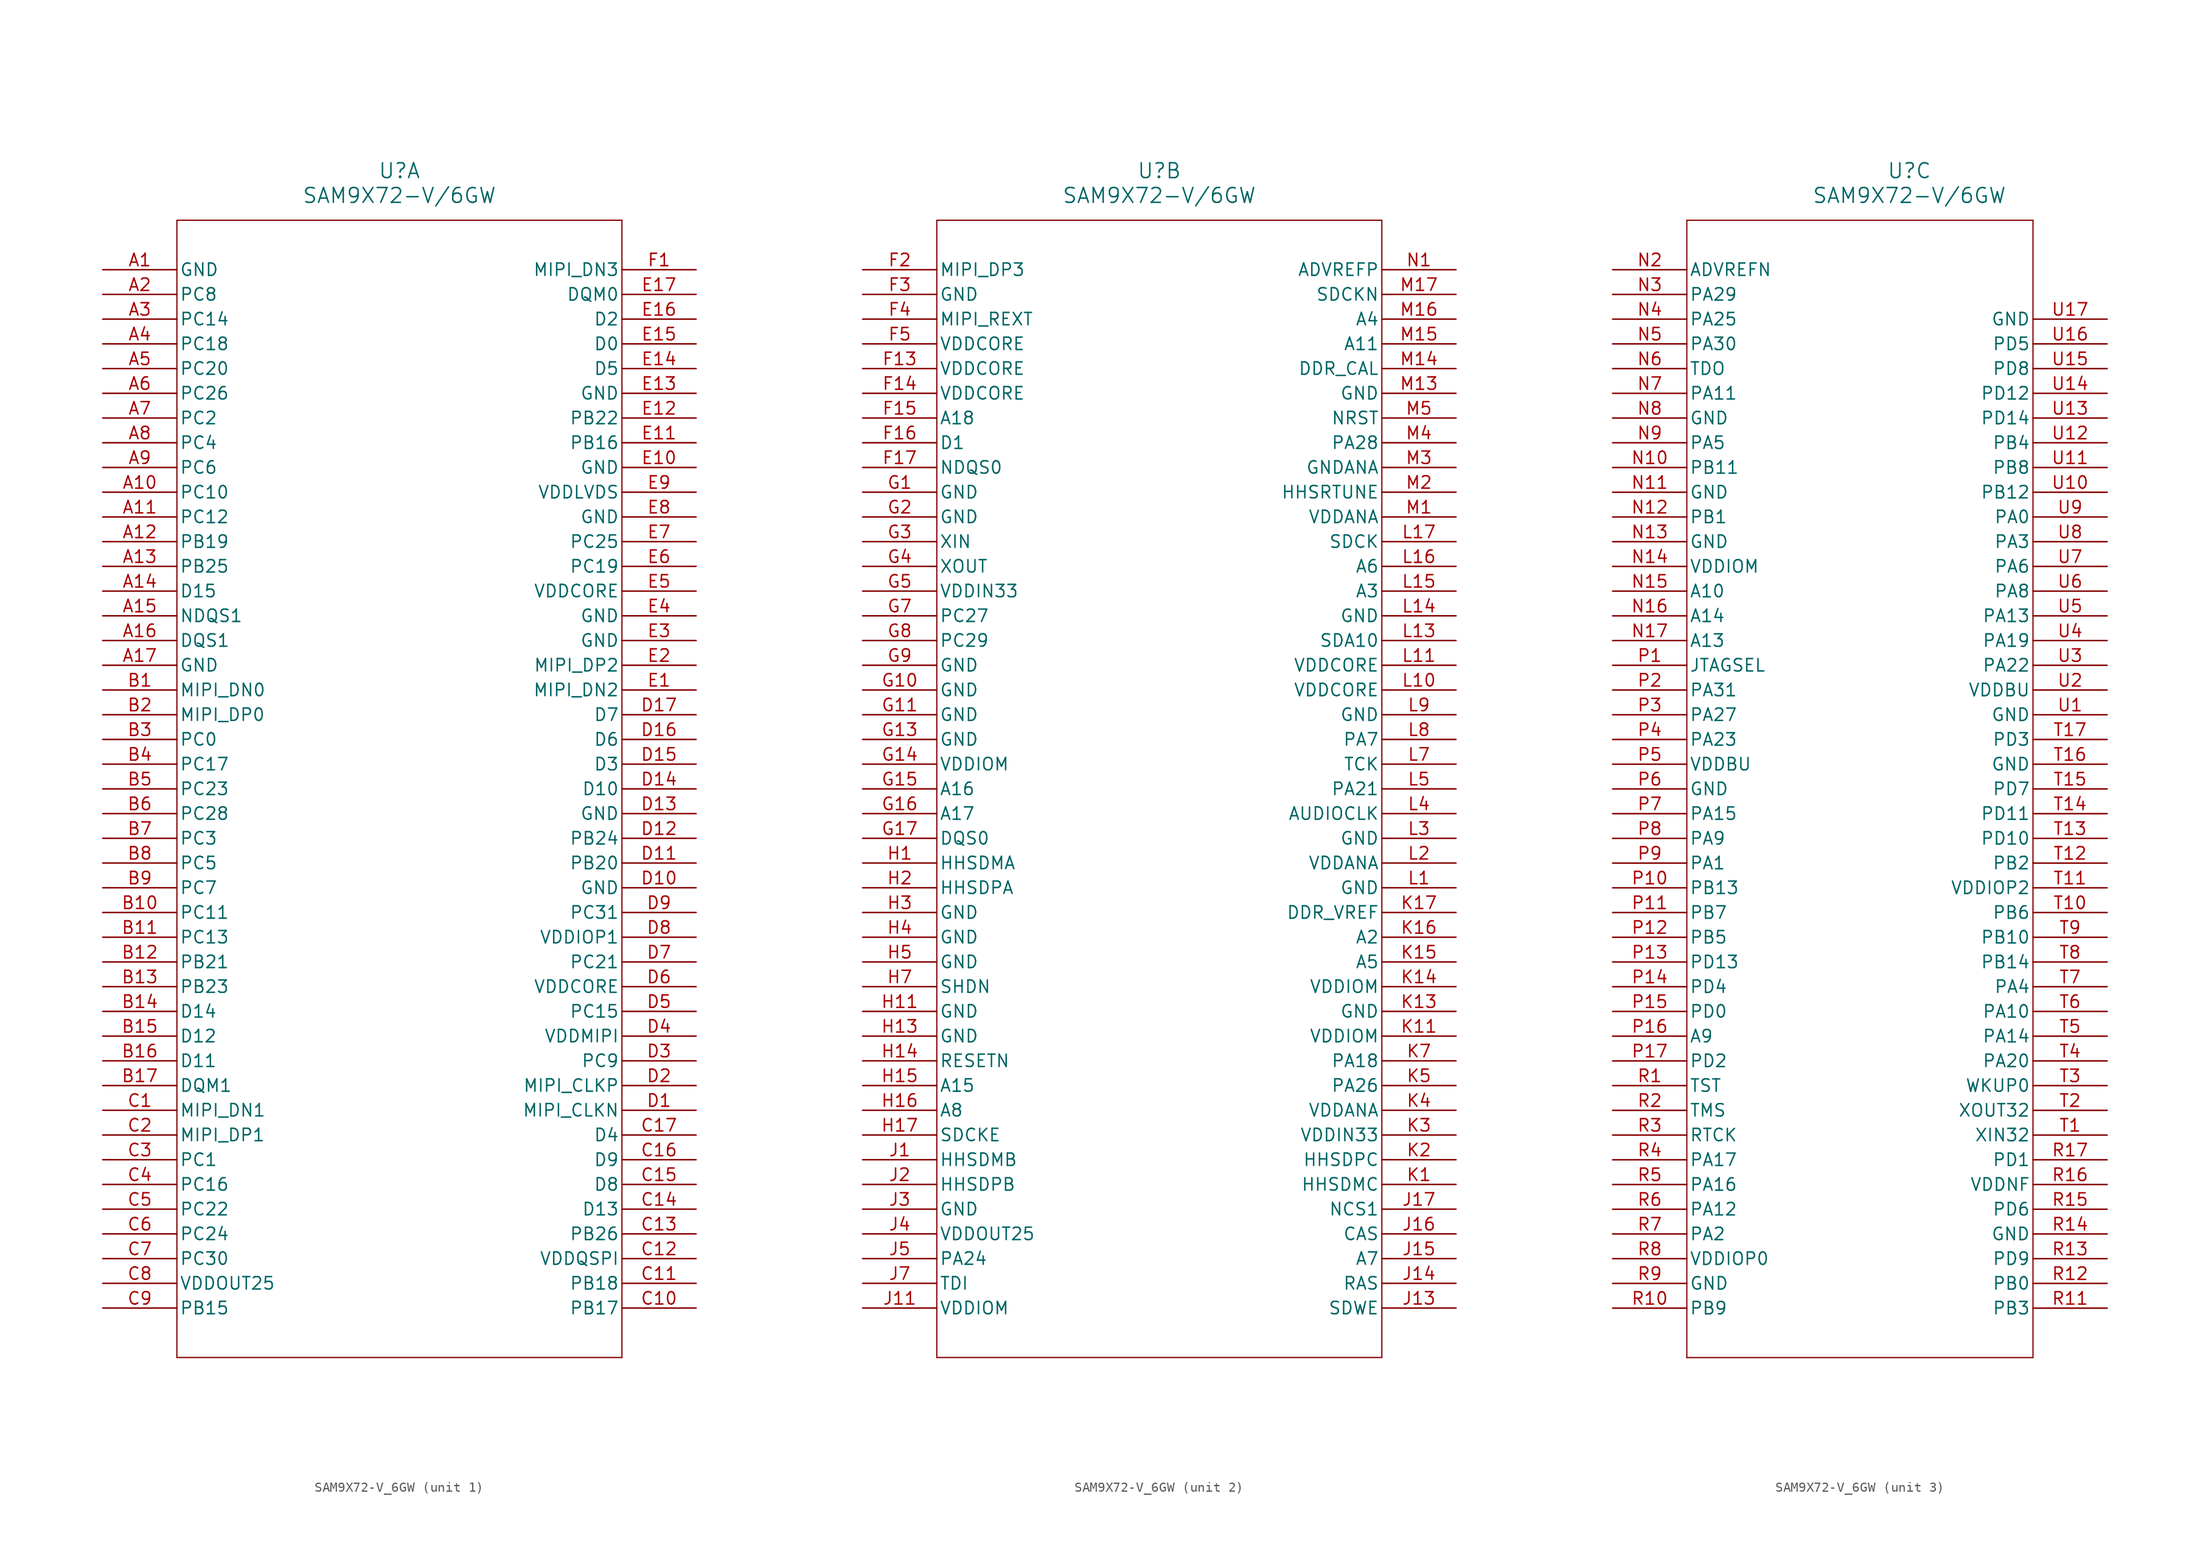
<source format=kicad_sym>
(kicad_symbol_lib
  (version 20211014)
  (generator kicad_symbol_editor)
  (symbol "SAM9X72-V_6GW"
    (pin_names
      (offset 0.254))
    (property "Reference" "U"
      (at 30.48 10.16 0)
      (effects (font (size 1.524 1.524))))
    (property "Value" "SAM9X72-V/6GW"
      (at 30.48 7.62 0)
      (effects (font (size 1.524 1.524))))
    (symbol "SAM9X72-V_6GW_1_1"
      (polyline (pts (xy 7.62 5.08) (xy 7.62 -111.76)) (stroke (width 0.127) (type default) (color 0 0 0 0)) (fill (type none)))
      (polyline (pts (xy 7.62 -111.76) (xy 53.34 -111.76)) (stroke (width 0.127) (type default) (color 0 0 0 0)) (fill (type none)))
      (polyline (pts (xy 53.34 -111.76) (xy 53.34 5.08)) (stroke (width 0.127) (type default) (color 0 0 0 0)) (fill (type none)))
      (polyline (pts (xy 53.34 5.08) (xy 7.62 5.08)) (stroke (width 0.127) (type default) (color 0 0 0 0)) (fill (type none)))
      (pin power_out line (at 0 0 0) (length 7.62) (name "GND" (effects (font (size 1.27 1.27)))) (number "A1" (effects (font (size 1.27 1.27)))))
      (pin bidirectional line (at 0 -2.54 0) (length 7.62) (name "PC8" (effects (font (size 1.27 1.27)))) (number "A2" (effects (font (size 1.27 1.27)))))
      (pin bidirectional line (at 0 -5.08 0) (length 7.62) (name "PC14" (effects (font (size 1.27 1.27)))) (number "A3" (effects (font (size 1.27 1.27)))))
      (pin bidirectional line (at 0 -7.62 0) (length 7.62) (name "PC18" (effects (font (size 1.27 1.27)))) (number "A4" (effects (font (size 1.27 1.27)))))
      (pin bidirectional line (at 0 -10.16 0) (length 7.62) (name "PC20" (effects (font (size 1.27 1.27)))) (number "A5" (effects (font (size 1.27 1.27)))))
      (pin bidirectional line (at 0 -12.7 0) (length 7.62) (name "PC26" (effects (font (size 1.27 1.27)))) (number "A6" (effects (font (size 1.27 1.27)))))
      (pin bidirectional line (at 0 -15.24 0) (length 7.62) (name "PC2" (effects (font (size 1.27 1.27)))) (number "A7" (effects (font (size 1.27 1.27)))))
      (pin bidirectional line (at 0 -17.78 0) (length 7.62) (name "PC4" (effects (font (size 1.27 1.27)))) (number "A8" (effects (font (size 1.27 1.27)))))
      (pin bidirectional line (at 0 -20.32 0) (length 7.62) (name "PC6" (effects (font (size 1.27 1.27)))) (number "A9" (effects (font (size 1.27 1.27)))))
      (pin bidirectional line (at 0 -22.86 0) (length 7.62) (name "PC10" (effects (font (size 1.27 1.27)))) (number "A10" (effects (font (size 1.27 1.27)))))
      (pin bidirectional line (at 0 -25.4 0) (length 7.62) (name "PC12" (effects (font (size 1.27 1.27)))) (number "A11" (effects (font (size 1.27 1.27)))))
      (pin bidirectional line (at 0 -27.94 0) (length 7.62) (name "PB19" (effects (font (size 1.27 1.27)))) (number "A12" (effects (font (size 1.27 1.27)))))
      (pin bidirectional line (at 0 -30.48 0) (length 7.62) (name "PB25" (effects (font (size 1.27 1.27)))) (number "A13" (effects (font (size 1.27 1.27)))))
      (pin bidirectional line (at 0 -33.02 0) (length 7.62) (name "D15" (effects (font (size 1.27 1.27)))) (number "A14" (effects (font (size 1.27 1.27)))))
      (pin bidirectional line (at 0 -35.56 0) (length 7.62) (name "NDQS1" (effects (font (size 1.27 1.27)))) (number "A15" (effects (font (size 1.27 1.27)))))
      (pin bidirectional line (at 0 -38.1 0) (length 7.62) (name "DQS1" (effects (font (size 1.27 1.27)))) (number "A16" (effects (font (size 1.27 1.27)))))
      (pin power_out line (at 0 -40.64 0) (length 7.62) (name "GND" (effects (font (size 1.27 1.27)))) (number "A17" (effects (font (size 1.27 1.27)))))
      (pin bidirectional line (at 0 -43.18 0) (length 7.62) (name "MIPI_DN0" (effects (font (size 1.27 1.27)))) (number "B1" (effects (font (size 1.27 1.27)))))
      (pin bidirectional line (at 0 -45.72 0) (length 7.62) (name "MIPI_DP0" (effects (font (size 1.27 1.27)))) (number "B2" (effects (font (size 1.27 1.27)))))
      (pin bidirectional line (at 0 -48.26 0) (length 7.62) (name "PC0" (effects (font (size 1.27 1.27)))) (number "B3" (effects (font (size 1.27 1.27)))))
      (pin bidirectional line (at 0 -50.8 0) (length 7.62) (name "PC17" (effects (font (size 1.27 1.27)))) (number "B4" (effects (font (size 1.27 1.27)))))
      (pin bidirectional line (at 0 -53.34 0) (length 7.62) (name "PC23" (effects (font (size 1.27 1.27)))) (number "B5" (effects (font (size 1.27 1.27)))))
      (pin bidirectional line (at 0 -55.88 0) (length 7.62) (name "PC28" (effects (font (size 1.27 1.27)))) (number "B6" (effects (font (size 1.27 1.27)))))
      (pin bidirectional line (at 0 -58.42 0) (length 7.62) (name "PC3" (effects (font (size 1.27 1.27)))) (number "B7" (effects (font (size 1.27 1.27)))))
      (pin bidirectional line (at 0 -60.96 0) (length 7.62) (name "PC5" (effects (font (size 1.27 1.27)))) (number "B8" (effects (font (size 1.27 1.27)))))
      (pin bidirectional line (at 0 -63.5 0) (length 7.62) (name "PC7" (effects (font (size 1.27 1.27)))) (number "B9" (effects (font (size 1.27 1.27)))))
      (pin bidirectional line (at 0 -66.04 0) (length 7.62) (name "PC11" (effects (font (size 1.27 1.27)))) (number "B10" (effects (font (size 1.27 1.27)))))
      (pin bidirectional line (at 0 -68.58 0) (length 7.62) (name "PC13" (effects (font (size 1.27 1.27)))) (number "B11" (effects (font (size 1.27 1.27)))))
      (pin bidirectional line (at 0 -71.12 0) (length 7.62) (name "PB21" (effects (font (size 1.27 1.27)))) (number "B12" (effects (font (size 1.27 1.27)))))
      (pin bidirectional line (at 0 -73.66 0) (length 7.62) (name "PB23" (effects (font (size 1.27 1.27)))) (number "B13" (effects (font (size 1.27 1.27)))))
      (pin bidirectional line (at 0 -76.2 0) (length 7.62) (name "D14" (effects (font (size 1.27 1.27)))) (number "B14" (effects (font (size 1.27 1.27)))))
      (pin bidirectional line (at 0 -78.74 0) (length 7.62) (name "D12" (effects (font (size 1.27 1.27)))) (number "B15" (effects (font (size 1.27 1.27)))))
      (pin bidirectional line (at 0 -81.28 0) (length 7.62) (name "D11" (effects (font (size 1.27 1.27)))) (number "B16" (effects (font (size 1.27 1.27)))))
      (pin output line (at 0 -83.82 0) (length 7.62) (name "DQM1" (effects (font (size 1.27 1.27)))) (number "B17" (effects (font (size 1.27 1.27)))))
      (pin bidirectional line (at 0 -86.36 0) (length 7.62) (name "MIPI_DN1" (effects (font (size 1.27 1.27)))) (number "C1" (effects (font (size 1.27 1.27)))))
      (pin bidirectional line (at 0 -88.9 0) (length 7.62) (name "MIPI_DP1" (effects (font (size 1.27 1.27)))) (number "C2" (effects (font (size 1.27 1.27)))))
      (pin bidirectional line (at 0 -91.44 0) (length 7.62) (name "PC1" (effects (font (size 1.27 1.27)))) (number "C3" (effects (font (size 1.27 1.27)))))
      (pin bidirectional line (at 0 -93.98 0) (length 7.62) (name "PC16" (effects (font (size 1.27 1.27)))) (number "C4" (effects (font (size 1.27 1.27)))))
      (pin bidirectional line (at 0 -96.52 0) (length 7.62) (name "PC22" (effects (font (size 1.27 1.27)))) (number "C5" (effects (font (size 1.27 1.27)))))
      (pin bidirectional line (at 0 -99.06 0) (length 7.62) (name "PC24" (effects (font (size 1.27 1.27)))) (number "C6" (effects (font (size 1.27 1.27)))))
      (pin bidirectional line (at 0 -101.6 0) (length 7.62) (name "PC30" (effects (font (size 1.27 1.27)))) (number "C7" (effects (font (size 1.27 1.27)))))
      (pin power_in line (at 0 -104.14 0) (length 7.62) (name "VDDOUT25" (effects (font (size 1.27 1.27)))) (number "C8" (effects (font (size 1.27 1.27)))))
      (pin bidirectional line (at 0 -106.68 0) (length 7.62) (name "PB15" (effects (font (size 1.27 1.27)))) (number "C9" (effects (font (size 1.27 1.27)))))
      (pin bidirectional line (at 60.96 -106.68 180) (length 7.62) (name "PB17" (effects (font (size 1.27 1.27)))) (number "C10" (effects (font (size 1.27 1.27)))))
      (pin bidirectional line (at 60.96 -104.14 180) (length 7.62) (name "PB18" (effects (font (size 1.27 1.27)))) (number "C11" (effects (font (size 1.27 1.27)))))
      (pin power_in line (at 60.96 -101.6 180) (length 7.62) (name "VDDQSPI" (effects (font (size 1.27 1.27)))) (number "C12" (effects (font (size 1.27 1.27)))))
      (pin bidirectional line (at 60.96 -99.06 180) (length 7.62) (name "PB26" (effects (font (size 1.27 1.27)))) (number "C13" (effects (font (size 1.27 1.27)))))
      (pin bidirectional line (at 60.96 -96.52 180) (length 7.62) (name "D13" (effects (font (size 1.27 1.27)))) (number "C14" (effects (font (size 1.27 1.27)))))
      (pin bidirectional line (at 60.96 -93.98 180) (length 7.62) (name "D8" (effects (font (size 1.27 1.27)))) (number "C15" (effects (font (size 1.27 1.27)))))
      (pin bidirectional line (at 60.96 -91.44 180) (length 7.62) (name "D9" (effects (font (size 1.27 1.27)))) (number "C16" (effects (font (size 1.27 1.27)))))
      (pin bidirectional line (at 60.96 -88.9 180) (length 7.62) (name "D4" (effects (font (size 1.27 1.27)))) (number "C17" (effects (font (size 1.27 1.27)))))
      (pin output line (at 60.96 -86.36 180) (length 7.62) (name "MIPI_CLKN" (effects (font (size 1.27 1.27)))) (number "D1" (effects (font (size 1.27 1.27)))))
      (pin output line (at 60.96 -83.82 180) (length 7.62) (name "MIPI_CLKP" (effects (font (size 1.27 1.27)))) (number "D2" (effects (font (size 1.27 1.27)))))
      (pin bidirectional line (at 60.96 -81.28 180) (length 7.62) (name "PC9" (effects (font (size 1.27 1.27)))) (number "D3" (effects (font (size 1.27 1.27)))))
      (pin power_in line (at 60.96 -78.74 180) (length 7.62) (name "VDDMIPI" (effects (font (size 1.27 1.27)))) (number "D4" (effects (font (size 1.27 1.27)))))
      (pin bidirectional line (at 60.96 -76.2 180) (length 7.62) (name "PC15" (effects (font (size 1.27 1.27)))) (number "D5" (effects (font (size 1.27 1.27)))))
      (pin power_in line (at 60.96 -73.66 180) (length 7.62) (name "VDDCORE" (effects (font (size 1.27 1.27)))) (number "D6" (effects (font (size 1.27 1.27)))))
      (pin bidirectional line (at 60.96 -71.12 180) (length 7.62) (name "PC21" (effects (font (size 1.27 1.27)))) (number "D7" (effects (font (size 1.27 1.27)))))
      (pin power_in line (at 60.96 -68.58 180) (length 7.62) (name "VDDIOP1" (effects (font (size 1.27 1.27)))) (number "D8" (effects (font (size 1.27 1.27)))))
      (pin bidirectional line (at 60.96 -66.04 180) (length 7.62) (name "PC31" (effects (font (size 1.27 1.27)))) (number "D9" (effects (font (size 1.27 1.27)))))
      (pin power_out line (at 60.96 -63.5 180) (length 7.62) (name "GND" (effects (font (size 1.27 1.27)))) (number "D10" (effects (font (size 1.27 1.27)))))
      (pin bidirectional line (at 60.96 -60.96 180) (length 7.62) (name "PB20" (effects (font (size 1.27 1.27)))) (number "D11" (effects (font (size 1.27 1.27)))))
      (pin bidirectional line (at 60.96 -58.42 180) (length 7.62) (name "PB24" (effects (font (size 1.27 1.27)))) (number "D12" (effects (font (size 1.27 1.27)))))
      (pin power_out line (at 60.96 -55.88 180) (length 7.62) (name "GND" (effects (font (size 1.27 1.27)))) (number "D13" (effects (font (size 1.27 1.27)))))
      (pin bidirectional line (at 60.96 -53.34 180) (length 7.62) (name "D10" (effects (font (size 1.27 1.27)))) (number "D14" (effects (font (size 1.27 1.27)))))
      (pin bidirectional line (at 60.96 -50.8 180) (length 7.62) (name "D3" (effects (font (size 1.27 1.27)))) (number "D15" (effects (font (size 1.27 1.27)))))
      (pin bidirectional line (at 60.96 -48.26 180) (length 7.62) (name "D6" (effects (font (size 1.27 1.27)))) (number "D16" (effects (font (size 1.27 1.27)))))
      (pin bidirectional line (at 60.96 -45.72 180) (length 7.62) (name "D7" (effects (font (size 1.27 1.27)))) (number "D17" (effects (font (size 1.27 1.27)))))
      (pin bidirectional line (at 60.96 -43.18 180) (length 7.62) (name "MIPI_DN2" (effects (font (size 1.27 1.27)))) (number "E1" (effects (font (size 1.27 1.27)))))
      (pin bidirectional line (at 60.96 -40.64 180) (length 7.62) (name "MIPI_DP2" (effects (font (size 1.27 1.27)))) (number "E2" (effects (font (size 1.27 1.27)))))
      (pin power_out line (at 60.96 -38.1 180) (length 7.62) (name "GND" (effects (font (size 1.27 1.27)))) (number "E3" (effects (font (size 1.27 1.27)))))
      (pin power_out line (at 60.96 -35.56 180) (length 7.62) (name "GND" (effects (font (size 1.27 1.27)))) (number "E4" (effects (font (size 1.27 1.27)))))
      (pin power_in line (at 60.96 -33.02 180) (length 7.62) (name "VDDCORE" (effects (font (size 1.27 1.27)))) (number "E5" (effects (font (size 1.27 1.27)))))
      (pin bidirectional line (at 60.96 -30.48 180) (length 7.62) (name "PC19" (effects (font (size 1.27 1.27)))) (number "E6" (effects (font (size 1.27 1.27)))))
      (pin bidirectional line (at 60.96 -27.94 180) (length 7.62) (name "PC25" (effects (font (size 1.27 1.27)))) (number "E7" (effects (font (size 1.27 1.27)))))
      (pin power_out line (at 60.96 -25.4 180) (length 7.62) (name "GND" (effects (font (size 1.27 1.27)))) (number "E8" (effects (font (size 1.27 1.27)))))
      (pin power_in line (at 60.96 -22.86 180) (length 7.62) (name "VDDLVDS" (effects (font (size 1.27 1.27)))) (number "E9" (effects (font (size 1.27 1.27)))))
      (pin power_out line (at 60.96 -20.32 180) (length 7.62) (name "GND" (effects (font (size 1.27 1.27)))) (number "E10" (effects (font (size 1.27 1.27)))))
      (pin bidirectional line (at 60.96 -17.78 180) (length 7.62) (name "PB16" (effects (font (size 1.27 1.27)))) (number "E11" (effects (font (size 1.27 1.27)))))
      (pin bidirectional line (at 60.96 -15.24 180) (length 7.62) (name "PB22" (effects (font (size 1.27 1.27)))) (number "E12" (effects (font (size 1.27 1.27)))))
      (pin power_out line (at 60.96 -12.7 180) (length 7.62) (name "GND" (effects (font (size 1.27 1.27)))) (number "E13" (effects (font (size 1.27 1.27)))))
      (pin bidirectional line (at 60.96 -10.16 180) (length 7.62) (name "D5" (effects (font (size 1.27 1.27)))) (number "E14" (effects (font (size 1.27 1.27)))))
      (pin bidirectional line (at 60.96 -7.62 180) (length 7.62) (name "D0" (effects (font (size 1.27 1.27)))) (number "E15" (effects (font (size 1.27 1.27)))))
      (pin bidirectional line (at 60.96 -5.08 180) (length 7.62) (name "D2" (effects (font (size 1.27 1.27)))) (number "E16" (effects (font (size 1.27 1.27)))))
      (pin output line (at 60.96 -2.54 180) (length 7.62) (name "DQM0" (effects (font (size 1.27 1.27)))) (number "E17" (effects (font (size 1.27 1.27)))))
      (pin bidirectional line (at 60.96 0 180) (length 7.62) (name "MIPI_DN3" (effects (font (size 1.27 1.27)))) (number "F1" (effects (font (size 1.27 1.27))))))
    (symbol "SAM9X72-V_6GW_2_1"
      (polyline (pts (xy 7.62 5.08) (xy 7.62 -111.76)) (stroke (width 0.127) (type default) (color 0 0 0 0)) (fill (type none)))
      (polyline (pts (xy 7.62 -111.76) (xy 53.34 -111.76)) (stroke (width 0.127) (type default) (color 0 0 0 0)) (fill (type none)))
      (polyline (pts (xy 53.34 -111.76) (xy 53.34 5.08)) (stroke (width 0.127) (type default) (color 0 0 0 0)) (fill (type none)))
      (polyline (pts (xy 53.34 5.08) (xy 7.62 5.08)) (stroke (width 0.127) (type default) (color 0 0 0 0)) (fill (type none)))
      (pin bidirectional line (at 0 0 0) (length 7.62) (name "MIPI_DP3" (effects (font (size 1.27 1.27)))) (number "F2" (effects (font (size 1.27 1.27)))))
      (pin power_out line (at 0 -2.54 0) (length 7.62) (name "GND" (effects (font (size 1.27 1.27)))) (number "F3" (effects (font (size 1.27 1.27)))))
      (pin unspecified line (at 0 -5.08 0) (length 7.62) (name "MIPI_REXT" (effects (font (size 1.27 1.27)))) (number "F4" (effects (font (size 1.27 1.27)))))
      (pin power_in line (at 0 -7.62 0) (length 7.62) (name "VDDCORE" (effects (font (size 1.27 1.27)))) (number "F5" (effects (font (size 1.27 1.27)))))
      (pin power_in line (at 0 -10.16 0) (length 7.62) (name "VDDCORE" (effects (font (size 1.27 1.27)))) (number "F13" (effects (font (size 1.27 1.27)))))
      (pin power_in line (at 0 -12.7 0) (length 7.62) (name "VDDCORE" (effects (font (size 1.27 1.27)))) (number "F14" (effects (font (size 1.27 1.27)))))
      (pin output line (at 0 -15.24 0) (length 7.62) (name "A18" (effects (font (size 1.27 1.27)))) (number "F15" (effects (font (size 1.27 1.27)))))
      (pin bidirectional line (at 0 -17.78 0) (length 7.62) (name "D1" (effects (font (size 1.27 1.27)))) (number "F16" (effects (font (size 1.27 1.27)))))
      (pin bidirectional line (at 0 -20.32 0) (length 7.62) (name "NDQS0" (effects (font (size 1.27 1.27)))) (number "F17" (effects (font (size 1.27 1.27)))))
      (pin power_out line (at 0 -22.86 0) (length 7.62) (name "GND" (effects (font (size 1.27 1.27)))) (number "G1" (effects (font (size 1.27 1.27)))))
      (pin power_out line (at 0 -25.4 0) (length 7.62) (name "GND" (effects (font (size 1.27 1.27)))) (number "G2" (effects (font (size 1.27 1.27)))))
      (pin input line (at 0 -27.94 0) (length 7.62) (name "XIN" (effects (font (size 1.27 1.27)))) (number "G3" (effects (font (size 1.27 1.27)))))
      (pin output line (at 0 -30.48 0) (length 7.62) (name "XOUT" (effects (font (size 1.27 1.27)))) (number "G4" (effects (font (size 1.27 1.27)))))
      (pin power_in line (at 0 -33.02 0) (length 7.62) (name "VDDIN33" (effects (font (size 1.27 1.27)))) (number "G5" (effects (font (size 1.27 1.27)))))
      (pin bidirectional line (at 0 -35.56 0) (length 7.62) (name "PC27" (effects (font (size 1.27 1.27)))) (number "G7" (effects (font (size 1.27 1.27)))))
      (pin bidirectional line (at 0 -38.1 0) (length 7.62) (name "PC29" (effects (font (size 1.27 1.27)))) (number "G8" (effects (font (size 1.27 1.27)))))
      (pin power_out line (at 0 -40.64 0) (length 7.62) (name "GND" (effects (font (size 1.27 1.27)))) (number "G9" (effects (font (size 1.27 1.27)))))
      (pin power_out line (at 0 -43.18 0) (length 7.62) (name "GND" (effects (font (size 1.27 1.27)))) (number "G10" (effects (font (size 1.27 1.27)))))
      (pin power_out line (at 0 -45.72 0) (length 7.62) (name "GND" (effects (font (size 1.27 1.27)))) (number "G11" (effects (font (size 1.27 1.27)))))
      (pin power_out line (at 0 -48.26 0) (length 7.62) (name "GND" (effects (font (size 1.27 1.27)))) (number "G13" (effects (font (size 1.27 1.27)))))
      (pin power_in line (at 0 -50.8 0) (length 7.62) (name "VDDIOM" (effects (font (size 1.27 1.27)))) (number "G14" (effects (font (size 1.27 1.27)))))
      (pin output line (at 0 -53.34 0) (length 7.62) (name "A16" (effects (font (size 1.27 1.27)))) (number "G15" (effects (font (size 1.27 1.27)))))
      (pin output line (at 0 -55.88 0) (length 7.62) (name "A17" (effects (font (size 1.27 1.27)))) (number "G16" (effects (font (size 1.27 1.27)))))
      (pin bidirectional line (at 0 -58.42 0) (length 7.62) (name "DQS0" (effects (font (size 1.27 1.27)))) (number "G17" (effects (font (size 1.27 1.27)))))
      (pin bidirectional line (at 0 -60.96 0) (length 7.62) (name "HHSDMA" (effects (font (size 1.27 1.27)))) (number "H1" (effects (font (size 1.27 1.27)))))
      (pin bidirectional line (at 0 -63.5 0) (length 7.62) (name "HHSDPA" (effects (font (size 1.27 1.27)))) (number "H2" (effects (font (size 1.27 1.27)))))
      (pin power_out line (at 0 -66.04 0) (length 7.62) (name "GND" (effects (font (size 1.27 1.27)))) (number "H3" (effects (font (size 1.27 1.27)))))
      (pin power_out line (at 0 -68.58 0) (length 7.62) (name "GND" (effects (font (size 1.27 1.27)))) (number "H4" (effects (font (size 1.27 1.27)))))
      (pin power_out line (at 0 -71.12 0) (length 7.62) (name "GND" (effects (font (size 1.27 1.27)))) (number "H5" (effects (font (size 1.27 1.27)))))
      (pin unspecified line (at 0 -73.66 0) (length 7.62) (name "SHDN" (effects (font (size 1.27 1.27)))) (number "H7" (effects (font (size 1.27 1.27)))))
      (pin power_out line (at 0 -76.2 0) (length 7.62) (name "GND" (effects (font (size 1.27 1.27)))) (number "H11" (effects (font (size 1.27 1.27)))))
      (pin power_out line (at 0 -78.74 0) (length 7.62) (name "GND" (effects (font (size 1.27 1.27)))) (number "H13" (effects (font (size 1.27 1.27)))))
      (pin output line (at 0 -81.28 0) (length 7.62) (name "RESETN" (effects (font (size 1.27 1.27)))) (number "H14" (effects (font (size 1.27 1.27)))))
      (pin output line (at 0 -83.82 0) (length 7.62) (name "A15" (effects (font (size 1.27 1.27)))) (number "H15" (effects (font (size 1.27 1.27)))))
      (pin output line (at 0 -86.36 0) (length 7.62) (name "A8" (effects (font (size 1.27 1.27)))) (number "H16" (effects (font (size 1.27 1.27)))))
      (pin unspecified line (at 0 -88.9 0) (length 7.62) (name "SDCKE" (effects (font (size 1.27 1.27)))) (number "H17" (effects (font (size 1.27 1.27)))))
      (pin bidirectional line (at 0 -91.44 0) (length 7.62) (name "HHSDMB" (effects (font (size 1.27 1.27)))) (number "J1" (effects (font (size 1.27 1.27)))))
      (pin bidirectional line (at 0 -93.98 0) (length 7.62) (name "HHSDPB" (effects (font (size 1.27 1.27)))) (number "J2" (effects (font (size 1.27 1.27)))))
      (pin power_out line (at 0 -96.52 0) (length 7.62) (name "GND" (effects (font (size 1.27 1.27)))) (number "J3" (effects (font (size 1.27 1.27)))))
      (pin power_in line (at 0 -99.06 0) (length 7.62) (name "VDDOUT25" (effects (font (size 1.27 1.27)))) (number "J4" (effects (font (size 1.27 1.27)))))
      (pin bidirectional line (at 0 -101.6 0) (length 7.62) (name "PA24" (effects (font (size 1.27 1.27)))) (number "J5" (effects (font (size 1.27 1.27)))))
      (pin input line (at 0 -104.14 0) (length 7.62) (name "TDI" (effects (font (size 1.27 1.27)))) (number "J7" (effects (font (size 1.27 1.27)))))
      (pin power_in line (at 0 -106.68 0) (length 7.62) (name "VDDIOM" (effects (font (size 1.27 1.27)))) (number "J11" (effects (font (size 1.27 1.27)))))
      (pin unspecified line (at 60.96 -106.68 180) (length 7.62) (name "SDWE" (effects (font (size 1.27 1.27)))) (number "J13" (effects (font (size 1.27 1.27)))))
      (pin passive line (at 60.96 -104.14 180) (length 7.62) (name "RAS" (effects (font (size 1.27 1.27)))) (number "J14" (effects (font (size 1.27 1.27)))))
      (pin output line (at 60.96 -101.6 180) (length 7.62) (name "A7" (effects (font (size 1.27 1.27)))) (number "J15" (effects (font (size 1.27 1.27)))))
      (pin unspecified line (at 60.96 -99.06 180) (length 7.62) (name "CAS" (effects (font (size 1.27 1.27)))) (number "J16" (effects (font (size 1.27 1.27)))))
      (pin passive line (at 60.96 -96.52 180) (length 7.62) (name "NCS1" (effects (font (size 1.27 1.27)))) (number "J17" (effects (font (size 1.27 1.27)))))
      (pin bidirectional line (at 60.96 -93.98 180) (length 7.62) (name "HHSDMC" (effects (font (size 1.27 1.27)))) (number "K1" (effects (font (size 1.27 1.27)))))
      (pin bidirectional line (at 60.96 -91.44 180) (length 7.62) (name "HHSDPC" (effects (font (size 1.27 1.27)))) (number "K2" (effects (font (size 1.27 1.27)))))
      (pin power_in line (at 60.96 -88.9 180) (length 7.62) (name "VDDIN33" (effects (font (size 1.27 1.27)))) (number "K3" (effects (font (size 1.27 1.27)))))
      (pin power_in line (at 60.96 -86.36 180) (length 7.62) (name "VDDANA" (effects (font (size 1.27 1.27)))) (number "K4" (effects (font (size 1.27 1.27)))))
      (pin bidirectional line (at 60.96 -83.82 180) (length 7.62) (name "PA26" (effects (font (size 1.27 1.27)))) (number "K5" (effects (font (size 1.27 1.27)))))
      (pin bidirectional line (at 60.96 -81.28 180) (length 7.62) (name "PA18" (effects (font (size 1.27 1.27)))) (number "K7" (effects (font (size 1.27 1.27)))))
      (pin power_in line (at 60.96 -78.74 180) (length 7.62) (name "VDDIOM" (effects (font (size 1.27 1.27)))) (number "K11" (effects (font (size 1.27 1.27)))))
      (pin power_out line (at 60.96 -76.2 180) (length 7.62) (name "GND" (effects (font (size 1.27 1.27)))) (number "K13" (effects (font (size 1.27 1.27)))))
      (pin power_in line (at 60.96 -73.66 180) (length 7.62) (name "VDDIOM" (effects (font (size 1.27 1.27)))) (number "K14" (effects (font (size 1.27 1.27)))))
      (pin output line (at 60.96 -71.12 180) (length 7.62) (name "A5" (effects (font (size 1.27 1.27)))) (number "K15" (effects (font (size 1.27 1.27)))))
      (pin output line (at 60.96 -68.58 180) (length 7.62) (name "A2" (effects (font (size 1.27 1.27)))) (number "K16" (effects (font (size 1.27 1.27)))))
      (pin unspecified line (at 60.96 -66.04 180) (length 7.62) (name "DDR_VREF" (effects (font (size 1.27 1.27)))) (number "K17" (effects (font (size 1.27 1.27)))))
      (pin power_out line (at 60.96 -63.5 180) (length 7.62) (name "GND" (effects (font (size 1.27 1.27)))) (number "L1" (effects (font (size 1.27 1.27)))))
      (pin power_in line (at 60.96 -60.96 180) (length 7.62) (name "VDDANA" (effects (font (size 1.27 1.27)))) (number "L2" (effects (font (size 1.27 1.27)))))
      (pin power_out line (at 60.96 -58.42 180) (length 7.62) (name "GND" (effects (font (size 1.27 1.27)))) (number "L3" (effects (font (size 1.27 1.27)))))
      (pin output line (at 60.96 -55.88 180) (length 7.62) (name "AUDIOCLK" (effects (font (size 1.27 1.27)))) (number "L4" (effects (font (size 1.27 1.27)))))
      (pin bidirectional line (at 60.96 -53.34 180) (length 7.62) (name "PA21" (effects (font (size 1.27 1.27)))) (number "L5" (effects (font (size 1.27 1.27)))))
      (pin input line (at 60.96 -50.8 180) (length 7.62) (name "TCK" (effects (font (size 1.27 1.27)))) (number "L7" (effects (font (size 1.27 1.27)))))
      (pin bidirectional line (at 60.96 -48.26 180) (length 7.62) (name "PA7" (effects (font (size 1.27 1.27)))) (number "L8" (effects (font (size 1.27 1.27)))))
      (pin power_out line (at 60.96 -45.72 180) (length 7.62) (name "GND" (effects (font (size 1.27 1.27)))) (number "L9" (effects (font (size 1.27 1.27)))))
      (pin power_in line (at 60.96 -43.18 180) (length 7.62) (name "VDDCORE" (effects (font (size 1.27 1.27)))) (number "L10" (effects (font (size 1.27 1.27)))))
      (pin power_in line (at 60.96 -40.64 180) (length 7.62) (name "VDDCORE" (effects (font (size 1.27 1.27)))) (number "L11" (effects (font (size 1.27 1.27)))))
      (pin unspecified line (at 60.96 -38.1 180) (length 7.62) (name "SDA10" (effects (font (size 1.27 1.27)))) (number "L13" (effects (font (size 1.27 1.27)))))
      (pin power_out line (at 60.96 -35.56 180) (length 7.62) (name "GND" (effects (font (size 1.27 1.27)))) (number "L14" (effects (font (size 1.27 1.27)))))
      (pin output line (at 60.96 -33.02 180) (length 7.62) (name "A3" (effects (font (size 1.27 1.27)))) (number "L15" (effects (font (size 1.27 1.27)))))
      (pin output line (at 60.96 -30.48 180) (length 7.62) (name "A6" (effects (font (size 1.27 1.27)))) (number "L16" (effects (font (size 1.27 1.27)))))
      (pin unspecified line (at 60.96 -27.94 180) (length 7.62) (name "SDCK" (effects (font (size 1.27 1.27)))) (number "L17" (effects (font (size 1.27 1.27)))))
      (pin power_in line (at 60.96 -25.4 180) (length 7.62) (name "VDDANA" (effects (font (size 1.27 1.27)))) (number "M1" (effects (font (size 1.27 1.27)))))
      (pin unspecified line (at 60.96 -22.86 180) (length 7.62) (name "HHSRTUNE" (effects (font (size 1.27 1.27)))) (number "M2" (effects (font (size 1.27 1.27)))))
      (pin power_out line (at 60.96 -20.32 180) (length 7.62) (name "GNDANA" (effects (font (size 1.27 1.27)))) (number "M3" (effects (font (size 1.27 1.27)))))
      (pin bidirectional line (at 60.96 -17.78 180) (length 7.62) (name "PA28" (effects (font (size 1.27 1.27)))) (number "M4" (effects (font (size 1.27 1.27)))))
      (pin input line (at 60.96 -15.24 180) (length 7.62) (name "NRST" (effects (font (size 1.27 1.27)))) (number "M5" (effects (font (size 1.27 1.27)))))
      (pin power_out line (at 60.96 -12.7 180) (length 7.62) (name "GND" (effects (font (size 1.27 1.27)))) (number "M13" (effects (font (size 1.27 1.27)))))
      (pin input line (at 60.96 -10.16 180) (length 7.62) (name "DDR_CAL" (effects (font (size 1.27 1.27)))) (number "M14" (effects (font (size 1.27 1.27)))))
      (pin output line (at 60.96 -7.62 180) (length 7.62) (name "A11" (effects (font (size 1.27 1.27)))) (number "M15" (effects (font (size 1.27 1.27)))))
      (pin output line (at 60.96 -5.08 180) (length 7.62) (name "A4" (effects (font (size 1.27 1.27)))) (number "M16" (effects (font (size 1.27 1.27)))))
      (pin unspecified line (at 60.96 -2.54 180) (length 7.62) (name "SDCKN" (effects (font (size 1.27 1.27)))) (number "M17" (effects (font (size 1.27 1.27)))))
      (pin power_in line (at 60.96 0 180) (length 7.62) (name "ADVREFP" (effects (font (size 1.27 1.27)))) (number "N1" (effects (font (size 1.27 1.27))))))
    (symbol "SAM9X72-V_6GW_3_1"
      (polyline (pts (xy 7.62 5.08) (xy 7.62 -111.76)) (stroke (width 0.127) (type default) (color 0 0 0 0)) (fill (type none)))
      (polyline (pts (xy 7.62 -111.76) (xy 43.18 -111.76)) (stroke (width 0.127) (type default) (color 0 0 0 0)) (fill (type none)))
      (polyline (pts (xy 43.18 -111.76) (xy 43.18 5.08)) (stroke (width 0.127) (type default) (color 0 0 0 0)) (fill (type none)))
      (polyline (pts (xy 43.18 5.08) (xy 7.62 5.08)) (stroke (width 0.127) (type default) (color 0 0 0 0)) (fill (type none)))
      (pin power_in line (at 0 0 0) (length 7.62) (name "ADVREFN" (effects (font (size 1.27 1.27)))) (number "N2" (effects (font (size 1.27 1.27)))))
      (pin bidirectional line (at 0 -2.54 0) (length 7.62) (name "PA29" (effects (font (size 1.27 1.27)))) (number "N3" (effects (font (size 1.27 1.27)))))
      (pin bidirectional line (at 0 -5.08 0) (length 7.62) (name "PA25" (effects (font (size 1.27 1.27)))) (number "N4" (effects (font (size 1.27 1.27)))))
      (pin bidirectional line (at 0 -7.62 0) (length 7.62) (name "PA30" (effects (font (size 1.27 1.27)))) (number "N5" (effects (font (size 1.27 1.27)))))
      (pin output line (at 0 -10.16 0) (length 7.62) (name "TDO" (effects (font (size 1.27 1.27)))) (number "N6" (effects (font (size 1.27 1.27)))))
      (pin bidirectional line (at 0 -12.7 0) (length 7.62) (name "PA11" (effects (font (size 1.27 1.27)))) (number "N7" (effects (font (size 1.27 1.27)))))
      (pin power_out line (at 0 -15.24 0) (length 7.62) (name "GND" (effects (font (size 1.27 1.27)))) (number "N8" (effects (font (size 1.27 1.27)))))
      (pin bidirectional line (at 0 -17.78 0) (length 7.62) (name "PA5" (effects (font (size 1.27 1.27)))) (number "N9" (effects (font (size 1.27 1.27)))))
      (pin bidirectional line (at 0 -20.32 0) (length 7.62) (name "PB11" (effects (font (size 1.27 1.27)))) (number "N10" (effects (font (size 1.27 1.27)))))
      (pin power_out line (at 0 -22.86 0) (length 7.62) (name "GND" (effects (font (size 1.27 1.27)))) (number "N11" (effects (font (size 1.27 1.27)))))
      (pin bidirectional line (at 0 -25.4 0) (length 7.62) (name "PB1" (effects (font (size 1.27 1.27)))) (number "N12" (effects (font (size 1.27 1.27)))))
      (pin power_out line (at 0 -27.94 0) (length 7.62) (name "GND" (effects (font (size 1.27 1.27)))) (number "N13" (effects (font (size 1.27 1.27)))))
      (pin power_in line (at 0 -30.48 0) (length 7.62) (name "VDDIOM" (effects (font (size 1.27 1.27)))) (number "N14" (effects (font (size 1.27 1.27)))))
      (pin output line (at 0 -33.02 0) (length 7.62) (name "A10" (effects (font (size 1.27 1.27)))) (number "N15" (effects (font (size 1.27 1.27)))))
      (pin output line (at 0 -35.56 0) (length 7.62) (name "A14" (effects (font (size 1.27 1.27)))) (number "N16" (effects (font (size 1.27 1.27)))))
      (pin output line (at 0 -38.1 0) (length 7.62) (name "A13" (effects (font (size 1.27 1.27)))) (number "N17" (effects (font (size 1.27 1.27)))))
      (pin input line (at 0 -40.64 0) (length 7.62) (name "JTAGSEL" (effects (font (size 1.27 1.27)))) (number "P1" (effects (font (size 1.27 1.27)))))
      (pin bidirectional line (at 0 -43.18 0) (length 7.62) (name "PA31" (effects (font (size 1.27 1.27)))) (number "P2" (effects (font (size 1.27 1.27)))))
      (pin bidirectional line (at 0 -45.72 0) (length 7.62) (name "PA27" (effects (font (size 1.27 1.27)))) (number "P3" (effects (font (size 1.27 1.27)))))
      (pin bidirectional line (at 0 -48.26 0) (length 7.62) (name "PA23" (effects (font (size 1.27 1.27)))) (number "P4" (effects (font (size 1.27 1.27)))))
      (pin power_in line (at 0 -50.8 0) (length 7.62) (name "VDDBU" (effects (font (size 1.27 1.27)))) (number "P5" (effects (font (size 1.27 1.27)))))
      (pin power_out line (at 0 -53.34 0) (length 7.62) (name "GND" (effects (font (size 1.27 1.27)))) (number "P6" (effects (font (size 1.27 1.27)))))
      (pin bidirectional line (at 0 -55.88 0) (length 7.62) (name "PA15" (effects (font (size 1.27 1.27)))) (number "P7" (effects (font (size 1.27 1.27)))))
      (pin bidirectional line (at 0 -58.42 0) (length 7.62) (name "PA9" (effects (font (size 1.27 1.27)))) (number "P8" (effects (font (size 1.27 1.27)))))
      (pin bidirectional line (at 0 -60.96 0) (length 7.62) (name "PA1" (effects (font (size 1.27 1.27)))) (number "P9" (effects (font (size 1.27 1.27)))))
      (pin bidirectional line (at 0 -63.5 0) (length 7.62) (name "PB13" (effects (font (size 1.27 1.27)))) (number "P10" (effects (font (size 1.27 1.27)))))
      (pin bidirectional line (at 0 -66.04 0) (length 7.62) (name "PB7" (effects (font (size 1.27 1.27)))) (number "P11" (effects (font (size 1.27 1.27)))))
      (pin bidirectional line (at 0 -68.58 0) (length 7.62) (name "PB5" (effects (font (size 1.27 1.27)))) (number "P12" (effects (font (size 1.27 1.27)))))
      (pin bidirectional line (at 0 -71.12 0) (length 7.62) (name "PD13" (effects (font (size 1.27 1.27)))) (number "P13" (effects (font (size 1.27 1.27)))))
      (pin bidirectional line (at 0 -73.66 0) (length 7.62) (name "PD4" (effects (font (size 1.27 1.27)))) (number "P14" (effects (font (size 1.27 1.27)))))
      (pin bidirectional line (at 0 -76.2 0) (length 7.62) (name "PD0" (effects (font (size 1.27 1.27)))) (number "P15" (effects (font (size 1.27 1.27)))))
      (pin output line (at 0 -78.74 0) (length 7.62) (name "A9" (effects (font (size 1.27 1.27)))) (number "P16" (effects (font (size 1.27 1.27)))))
      (pin bidirectional line (at 0 -81.28 0) (length 7.62) (name "PD2" (effects (font (size 1.27 1.27)))) (number "P17" (effects (font (size 1.27 1.27)))))
      (pin unspecified line (at 0 -83.82 0) (length 7.62) (name "TST" (effects (font (size 1.27 1.27)))) (number "R1" (effects (font (size 1.27 1.27)))))
      (pin input line (at 0 -86.36 0) (length 7.62) (name "TMS" (effects (font (size 1.27 1.27)))) (number "R2" (effects (font (size 1.27 1.27)))))
      (pin unspecified line (at 0 -88.9 0) (length 7.62) (name "RTCK" (effects (font (size 1.27 1.27)))) (number "R3" (effects (font (size 1.27 1.27)))))
      (pin bidirectional line (at 0 -91.44 0) (length 7.62) (name "PA17" (effects (font (size 1.27 1.27)))) (number "R4" (effects (font (size 1.27 1.27)))))
      (pin bidirectional line (at 0 -93.98 0) (length 7.62) (name "PA16" (effects (font (size 1.27 1.27)))) (number "R5" (effects (font (size 1.27 1.27)))))
      (pin bidirectional line (at 0 -96.52 0) (length 7.62) (name "PA12" (effects (font (size 1.27 1.27)))) (number "R6" (effects (font (size 1.27 1.27)))))
      (pin bidirectional line (at 0 -99.06 0) (length 7.62) (name "PA2" (effects (font (size 1.27 1.27)))) (number "R7" (effects (font (size 1.27 1.27)))))
      (pin power_in line (at 0 -101.6 0) (length 7.62) (name "VDDIOP0" (effects (font (size 1.27 1.27)))) (number "R8" (effects (font (size 1.27 1.27)))))
      (pin power_out line (at 0 -104.14 0) (length 7.62) (name "GND" (effects (font (size 1.27 1.27)))) (number "R9" (effects (font (size 1.27 1.27)))))
      (pin bidirectional line (at 0 -106.68 0) (length 7.62) (name "PB9" (effects (font (size 1.27 1.27)))) (number "R10" (effects (font (size 1.27 1.27)))))
      (pin bidirectional line (at 50.8 -106.68 180) (length 7.62) (name "PB3" (effects (font (size 1.27 1.27)))) (number "R11" (effects (font (size 1.27 1.27)))))
      (pin bidirectional line (at 50.8 -104.14 180) (length 7.62) (name "PB0" (effects (font (size 1.27 1.27)))) (number "R12" (effects (font (size 1.27 1.27)))))
      (pin bidirectional line (at 50.8 -101.6 180) (length 7.62) (name "PD9" (effects (font (size 1.27 1.27)))) (number "R13" (effects (font (size 1.27 1.27)))))
      (pin power_out line (at 50.8 -99.06 180) (length 7.62) (name "GND" (effects (font (size 1.27 1.27)))) (number "R14" (effects (font (size 1.27 1.27)))))
      (pin bidirectional line (at 50.8 -96.52 180) (length 7.62) (name "PD6" (effects (font (size 1.27 1.27)))) (number "R15" (effects (font (size 1.27 1.27)))))
      (pin power_in line (at 50.8 -93.98 180) (length 7.62) (name "VDDNF" (effects (font (size 1.27 1.27)))) (number "R16" (effects (font (size 1.27 1.27)))))
      (pin bidirectional line (at 50.8 -91.44 180) (length 7.62) (name "PD1" (effects (font (size 1.27 1.27)))) (number "R17" (effects (font (size 1.27 1.27)))))
      (pin input line (at 50.8 -88.9 180) (length 7.62) (name "XIN32" (effects (font (size 1.27 1.27)))) (number "T1" (effects (font (size 1.27 1.27)))))
      (pin output line (at 50.8 -86.36 180) (length 7.62) (name "XOUT32" (effects (font (size 1.27 1.27)))) (number "T2" (effects (font (size 1.27 1.27)))))
      (pin input line (at 50.8 -83.82 180) (length 7.62) (name "WKUP0" (effects (font (size 1.27 1.27)))) (number "T3" (effects (font (size 1.27 1.27)))))
      (pin bidirectional line (at 50.8 -81.28 180) (length 7.62) (name "PA20" (effects (font (size 1.27 1.27)))) (number "T4" (effects (font (size 1.27 1.27)))))
      (pin bidirectional line (at 50.8 -78.74 180) (length 7.62) (name "PA14" (effects (font (size 1.27 1.27)))) (number "T5" (effects (font (size 1.27 1.27)))))
      (pin bidirectional line (at 50.8 -76.2 180) (length 7.62) (name "PA10" (effects (font (size 1.27 1.27)))) (number "T6" (effects (font (size 1.27 1.27)))))
      (pin bidirectional line (at 50.8 -73.66 180) (length 7.62) (name "PA4" (effects (font (size 1.27 1.27)))) (number "T7" (effects (font (size 1.27 1.27)))))
      (pin bidirectional line (at 50.8 -71.12 180) (length 7.62) (name "PB14" (effects (font (size 1.27 1.27)))) (number "T8" (effects (font (size 1.27 1.27)))))
      (pin bidirectional line (at 50.8 -68.58 180) (length 7.62) (name "PB10" (effects (font (size 1.27 1.27)))) (number "T9" (effects (font (size 1.27 1.27)))))
      (pin bidirectional line (at 50.8 -66.04 180) (length 7.62) (name "PB6" (effects (font (size 1.27 1.27)))) (number "T10" (effects (font (size 1.27 1.27)))))
      (pin power_in line (at 50.8 -63.5 180) (length 7.62) (name "VDDIOP2" (effects (font (size 1.27 1.27)))) (number "T11" (effects (font (size 1.27 1.27)))))
      (pin bidirectional line (at 50.8 -60.96 180) (length 7.62) (name "PB2" (effects (font (size 1.27 1.27)))) (number "T12" (effects (font (size 1.27 1.27)))))
      (pin bidirectional line (at 50.8 -58.42 180) (length 7.62) (name "PD10" (effects (font (size 1.27 1.27)))) (number "T13" (effects (font (size 1.27 1.27)))))
      (pin bidirectional line (at 50.8 -55.88 180) (length 7.62) (name "PD11" (effects (font (size 1.27 1.27)))) (number "T14" (effects (font (size 1.27 1.27)))))
      (pin bidirectional line (at 50.8 -53.34 180) (length 7.62) (name "PD7" (effects (font (size 1.27 1.27)))) (number "T15" (effects (font (size 1.27 1.27)))))
      (pin power_out line (at 50.8 -50.8 180) (length 7.62) (name "GND" (effects (font (size 1.27 1.27)))) (number "T16" (effects (font (size 1.27 1.27)))))
      (pin bidirectional line (at 50.8 -48.26 180) (length 7.62) (name "PD3" (effects (font (size 1.27 1.27)))) (number "T17" (effects (font (size 1.27 1.27)))))
      (pin power_out line (at 50.8 -45.72 180) (length 7.62) (name "GND" (effects (font (size 1.27 1.27)))) (number "U1" (effects (font (size 1.27 1.27)))))
      (pin power_in line (at 50.8 -43.18 180) (length 7.62) (name "VDDBU" (effects (font (size 1.27 1.27)))) (number "U2" (effects (font (size 1.27 1.27)))))
      (pin bidirectional line (at 50.8 -40.64 180) (length 7.62) (name "PA22" (effects (font (size 1.27 1.27)))) (number "U3" (effects (font (size 1.27 1.27)))))
      (pin bidirectional line (at 50.8 -38.1 180) (length 7.62) (name "PA19" (effects (font (size 1.27 1.27)))) (number "U4" (effects (font (size 1.27 1.27)))))
      (pin bidirectional line (at 50.8 -35.56 180) (length 7.62) (name "PA13" (effects (font (size 1.27 1.27)))) (number "U5" (effects (font (size 1.27 1.27)))))
      (pin bidirectional line (at 50.8 -33.02 180) (length 7.62) (name "PA8" (effects (font (size 1.27 1.27)))) (number "U6" (effects (font (size 1.27 1.27)))))
      (pin bidirectional line (at 50.8 -30.48 180) (length 7.62) (name "PA6" (effects (font (size 1.27 1.27)))) (number "U7" (effects (font (size 1.27 1.27)))))
      (pin bidirectional line (at 50.8 -27.94 180) (length 7.62) (name "PA3" (effects (font (size 1.27 1.27)))) (number "U8" (effects (font (size 1.27 1.27)))))
      (pin bidirectional line (at 50.8 -25.4 180) (length 7.62) (name "PA0" (effects (font (size 1.27 1.27)))) (number "U9" (effects (font (size 1.27 1.27)))))
      (pin bidirectional line (at 50.8 -22.86 180) (length 7.62) (name "PB12" (effects (font (size 1.27 1.27)))) (number "U10" (effects (font (size 1.27 1.27)))))
      (pin bidirectional line (at 50.8 -20.32 180) (length 7.62) (name "PB8" (effects (font (size 1.27 1.27)))) (number "U11" (effects (font (size 1.27 1.27)))))
      (pin bidirectional line (at 50.8 -17.78 180) (length 7.62) (name "PB4" (effects (font (size 1.27 1.27)))) (number "U12" (effects (font (size 1.27 1.27)))))
      (pin bidirectional line (at 50.8 -15.24 180) (length 7.62) (name "PD14" (effects (font (size 1.27 1.27)))) (number "U13" (effects (font (size 1.27 1.27)))))
      (pin bidirectional line (at 50.8 -12.7 180) (length 7.62) (name "PD12" (effects (font (size 1.27 1.27)))) (number "U14" (effects (font (size 1.27 1.27)))))
      (pin bidirectional line (at 50.8 -10.16 180) (length 7.62) (name "PD8" (effects (font (size 1.27 1.27)))) (number "U15" (effects (font (size 1.27 1.27)))))
      (pin bidirectional line (at 50.8 -7.62 180) (length 7.62) (name "PD5" (effects (font (size 1.27 1.27)))) (number "U16" (effects (font (size 1.27 1.27)))))
      (pin power_out line (at 50.8 -5.08 180) (length 7.62) (name "GND" (effects (font (size 1.27 1.27)))) (number "U17" (effects (font (size 1.27 1.27))))))))
</source>
